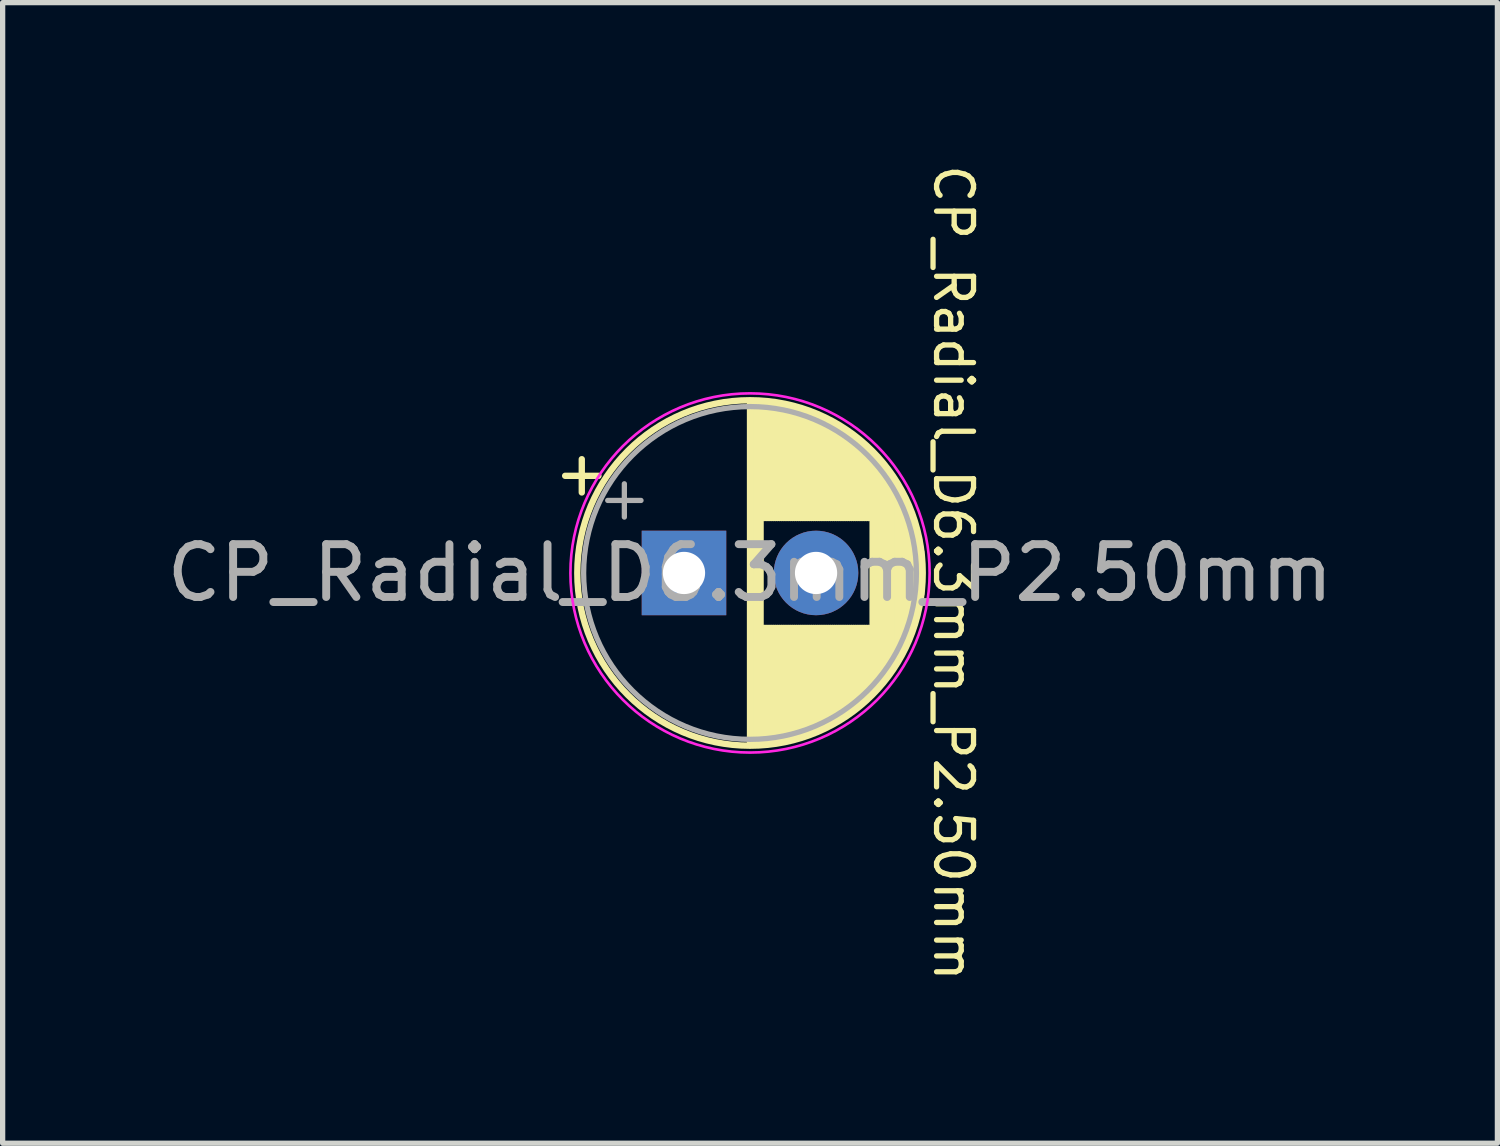
<source format=kicad_pcb>
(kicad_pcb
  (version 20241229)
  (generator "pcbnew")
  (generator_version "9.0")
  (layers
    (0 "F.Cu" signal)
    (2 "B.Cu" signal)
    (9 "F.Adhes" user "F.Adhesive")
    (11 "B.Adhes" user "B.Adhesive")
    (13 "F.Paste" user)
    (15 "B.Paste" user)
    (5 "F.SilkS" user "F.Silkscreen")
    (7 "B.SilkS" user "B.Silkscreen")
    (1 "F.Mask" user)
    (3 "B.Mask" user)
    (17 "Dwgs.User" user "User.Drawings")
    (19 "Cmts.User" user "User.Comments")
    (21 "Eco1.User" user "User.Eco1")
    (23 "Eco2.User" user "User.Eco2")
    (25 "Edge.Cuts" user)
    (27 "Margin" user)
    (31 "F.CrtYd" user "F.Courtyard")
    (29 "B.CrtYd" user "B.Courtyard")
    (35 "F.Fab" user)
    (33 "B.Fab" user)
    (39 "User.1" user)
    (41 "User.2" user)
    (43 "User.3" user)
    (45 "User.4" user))
  (footprint "CP_Radial_D6.3mm_P2.50mm"
    (layer "F.Cu")
    (at 9.899 7.797)
    (property "Reference" "CP_Radial_D6.3mm_P2.50mm" (at 5.1 0 270) (unlocked yes) (layer "F.SilkS") (effects (font (size 0.7 0.7) (thickness 0.1))))
    (attr through_hole)
    (fp_line (start -2.25 -1.839) (end -1.62 -1.839) (stroke (width 0.12) (type solid)) (layer "F.SilkS"))
    (fp_line (start -1.935 -2.154) (end -1.935 -1.524) (stroke (width 0.12) (type solid)) (layer "F.SilkS"))
    (fp_line (start 1.25 -3.23) (end 1.25 3.23) (stroke (width 0.12) (type solid)) (layer "F.SilkS"))
    (fp_line (start 1.29 -3.23) (end 1.29 3.23) (stroke (width 0.12) (type solid)) (layer "F.SilkS"))
    (fp_line (start 1.33 -3.23) (end 1.33 3.23) (stroke (width 0.12) (type solid)) (layer "F.SilkS"))
    (fp_line (start 1.37 -3.228) (end 1.37 3.228) (stroke (width 0.12) (type solid)) (layer "F.SilkS"))
    (fp_line (start 1.41 -3.227) (end 1.41 3.227) (stroke (width 0.12) (type solid)) (layer "F.SilkS"))
    (fp_line (start 1.45 -3.224) (end 1.45 3.224) (stroke (width 0.12) (type solid)) (layer "F.SilkS"))
    (fp_line (start 1.49 -3.222) (end 1.49 -1.04) (stroke (width 0.12) (type solid)) (layer "F.SilkS"))
    (fp_line (start 1.49 1.04) (end 1.49 3.222) (stroke (width 0.12) (type solid)) (layer "F.SilkS"))
    (fp_line (start 1.53 -3.218) (end 1.53 -1.04) (stroke (width 0.12) (type solid)) (layer "F.SilkS"))
    (fp_line (start 1.53 1.04) (end 1.53 3.218) (stroke (width 0.12) (type solid)) (layer "F.SilkS"))
    (fp_line (start 1.57 -3.215) (end 1.57 -1.04) (stroke (width 0.12) (type solid)) (layer "F.SilkS"))
    (fp_line (start 1.57 1.04) (end 1.57 3.215) (stroke (width 0.12) (type solid)) (layer "F.SilkS"))
    (fp_line (start 1.61 -3.211) (end 1.61 -1.04) (stroke (width 0.12) (type solid)) (layer "F.SilkS"))
    (fp_line (start 1.61 1.04) (end 1.61 3.211) (stroke (width 0.12) (type solid)) (layer "F.SilkS"))
    (fp_line (start 1.65 -3.206) (end 1.65 -1.04) (stroke (width 0.12) (type solid)) (layer "F.SilkS"))
    (fp_line (start 1.65 1.04) (end 1.65 3.206) (stroke (width 0.12) (type solid)) (layer "F.SilkS"))
    (fp_line (start 1.69 -3.201) (end 1.69 -1.04) (stroke (width 0.12) (type solid)) (layer "F.SilkS"))
    (fp_line (start 1.69 1.04) (end 1.69 3.201) (stroke (width 0.12) (type solid)) (layer "F.SilkS"))
    (fp_line (start 1.73 -3.195) (end 1.73 -1.04) (stroke (width 0.12) (type solid)) (layer "F.SilkS"))
    (fp_line (start 1.73 1.04) (end 1.73 3.195) (stroke (width 0.12) (type solid)) (layer "F.SilkS"))
    (fp_line (start 1.77 -3.189) (end 1.77 -1.04) (stroke (width 0.12) (type solid)) (layer "F.SilkS"))
    (fp_line (start 1.77 1.04) (end 1.77 3.189) (stroke (width 0.12) (type solid)) (layer "F.SilkS"))
    (fp_line (start 1.81 -3.182) (end 1.81 -1.04) (stroke (width 0.12) (type solid)) (layer "F.SilkS"))
    (fp_line (start 1.81 1.04) (end 1.81 3.182) (stroke (width 0.12) (type solid)) (layer "F.SilkS"))
    (fp_line (start 1.85 -3.175) (end 1.85 -1.04) (stroke (width 0.12) (type solid)) (layer "F.SilkS"))
    (fp_line (start 1.85 1.04) (end 1.85 3.175) (stroke (width 0.12) (type solid)) (layer "F.SilkS"))
    (fp_line (start 1.89 -3.167) (end 1.89 -1.04) (stroke (width 0.12) (type solid)) (layer "F.SilkS"))
    (fp_line (start 1.89 1.04) (end 1.89 3.167) (stroke (width 0.12) (type solid)) (layer "F.SilkS"))
    (fp_line (start 1.93 -3.159) (end 1.93 -1.04) (stroke (width 0.12) (type solid)) (layer "F.SilkS"))
    (fp_line (start 1.93 1.04) (end 1.93 3.159) (stroke (width 0.12) (type solid)) (layer "F.SilkS"))
    (fp_line (start 1.971 -3.15) (end 1.971 -1.04) (stroke (width 0.12) (type solid)) (layer "F.SilkS"))
    (fp_line (start 1.971 1.04) (end 1.971 3.15) (stroke (width 0.12) (type solid)) (layer "F.SilkS"))
    (fp_line (start 2.011 -3.141) (end 2.011 -1.04) (stroke (width 0.12) (type solid)) (layer "F.SilkS"))
    (fp_line (start 2.011 1.04) (end 2.011 3.141) (stroke (width 0.12) (type solid)) (layer "F.SilkS"))
    (fp_line (start 2.051 -3.131) (end 2.051 -1.04) (stroke (width 0.12) (type solid)) (layer "F.SilkS"))
    (fp_line (start 2.051 1.04) (end 2.051 3.131) (stroke (width 0.12) (type solid)) (layer "F.SilkS"))
    (fp_line (start 2.091 -3.121) (end 2.091 -1.04) (stroke (width 0.12) (type solid)) (layer "F.SilkS"))
    (fp_line (start 2.091 1.04) (end 2.091 3.121) (stroke (width 0.12) (type solid)) (layer "F.SilkS"))
    (fp_line (start 2.131 -3.11) (end 2.131 -1.04) (stroke (width 0.12) (type solid)) (layer "F.SilkS"))
    (fp_line (start 2.131 1.04) (end 2.131 3.11) (stroke (width 0.12) (type solid)) (layer "F.SilkS"))
    (fp_line (start 2.171 -3.098) (end 2.171 -1.04) (stroke (width 0.12) (type solid)) (layer "F.SilkS"))
    (fp_line (start 2.171 1.04) (end 2.171 3.098) (stroke (width 0.12) (type solid)) (layer "F.SilkS"))
    (fp_line (start 2.211 -3.086) (end 2.211 -1.04) (stroke (width 0.12) (type solid)) (layer "F.SilkS"))
    (fp_line (start 2.211 1.04) (end 2.211 3.086) (stroke (width 0.12) (type solid)) (layer "F.SilkS"))
    (fp_line (start 2.251 -3.074) (end 2.251 -1.04) (stroke (width 0.12) (type solid)) (layer "F.SilkS"))
    (fp_line (start 2.251 1.04) (end 2.251 3.074) (stroke (width 0.12) (type solid)) (layer "F.SilkS"))
    (fp_line (start 2.291 -3.061) (end 2.291 -1.04) (stroke (width 0.12) (type solid)) (layer "F.SilkS"))
    (fp_line (start 2.291 1.04) (end 2.291 3.061) (stroke (width 0.12) (type solid)) (layer "F.SilkS"))
    (fp_line (start 2.331 -3.047) (end 2.331 -1.04) (stroke (width 0.12) (type solid)) (layer "F.SilkS"))
    (fp_line (start 2.331 1.04) (end 2.331 3.047) (stroke (width 0.12) (type solid)) (layer "F.SilkS"))
    (fp_line (start 2.371 -3.033) (end 2.371 -1.04) (stroke (width 0.12) (type solid)) (layer "F.SilkS"))
    (fp_line (start 2.371 1.04) (end 2.371 3.033) (stroke (width 0.12) (type solid)) (layer "F.SilkS"))
    (fp_line (start 2.411 -3.018) (end 2.411 -1.04) (stroke (width 0.12) (type solid)) (layer "F.SilkS"))
    (fp_line (start 2.411 1.04) (end 2.411 3.018) (stroke (width 0.12) (type solid)) (layer "F.SilkS"))
    (fp_line (start 2.451 -3.002) (end 2.451 -1.04) (stroke (width 0.12) (type solid)) (layer "F.SilkS"))
    (fp_line (start 2.451 1.04) (end 2.451 3.002) (stroke (width 0.12) (type solid)) (layer "F.SilkS"))
    (fp_line (start 2.491 -2.986) (end 2.491 -1.04) (stroke (width 0.12) (type solid)) (layer "F.SilkS"))
    (fp_line (start 2.491 1.04) (end 2.491 2.986) (stroke (width 0.12) (type solid)) (layer "F.SilkS"))
    (fp_line (start 2.531 -2.97) (end 2.531 -1.04) (stroke (width 0.12) (type solid)) (layer "F.SilkS"))
    (fp_line (start 2.531 1.04) (end 2.531 2.97) (stroke (width 0.12) (type solid)) (layer "F.SilkS"))
    (fp_line (start 2.571 -2.952) (end 2.571 -1.04) (stroke (width 0.12) (type solid)) (layer "F.SilkS"))
    (fp_line (start 2.571 1.04) (end 2.571 2.952) (stroke (width 0.12) (type solid)) (layer "F.SilkS"))
    (fp_line (start 2.611 -2.934) (end 2.611 -1.04) (stroke (width 0.12) (type solid)) (layer "F.SilkS"))
    (fp_line (start 2.611 1.04) (end 2.611 2.934) (stroke (width 0.12) (type solid)) (layer "F.SilkS"))
    (fp_line (start 2.651 -2.916) (end 2.651 -1.04) (stroke (width 0.12) (type solid)) (layer "F.SilkS"))
    (fp_line (start 2.651 1.04) (end 2.651 2.916) (stroke (width 0.12) (type solid)) (layer "F.SilkS"))
    (fp_line (start 2.691 -2.896) (end 2.691 -1.04) (stroke (width 0.12) (type solid)) (layer "F.SilkS"))
    (fp_line (start 2.691 1.04) (end 2.691 2.896) (stroke (width 0.12) (type solid)) (layer "F.SilkS"))
    (fp_line (start 2.731 -2.876) (end 2.731 -1.04) (stroke (width 0.12) (type solid)) (layer "F.SilkS"))
    (fp_line (start 2.731 1.04) (end 2.731 2.876) (stroke (width 0.12) (type solid)) (layer "F.SilkS"))
    (fp_line (start 2.771 -2.856) (end 2.771 -1.04) (stroke (width 0.12) (type solid)) (layer "F.SilkS"))
    (fp_line (start 2.771 1.04) (end 2.771 2.856) (stroke (width 0.12) (type solid)) (layer "F.SilkS"))
    (fp_line (start 2.811 -2.834) (end 2.811 -1.04) (stroke (width 0.12) (type solid)) (layer "F.SilkS"))
    (fp_line (start 2.811 1.04) (end 2.811 2.834) (stroke (width 0.12) (type solid)) (layer "F.SilkS"))
    (fp_line (start 2.851 -2.812) (end 2.851 -1.04) (stroke (width 0.12) (type solid)) (layer "F.SilkS"))
    (fp_line (start 2.851 1.04) (end 2.851 2.812) (stroke (width 0.12) (type solid)) (layer "F.SilkS"))
    (fp_line (start 2.891 -2.79) (end 2.891 -1.04) (stroke (width 0.12) (type solid)) (layer "F.SilkS"))
    (fp_line (start 2.891 1.04) (end 2.891 2.79) (stroke (width 0.12) (type solid)) (layer "F.SilkS"))
    (fp_line (start 2.931 -2.766) (end 2.931 -1.04) (stroke (width 0.12) (type solid)) (layer "F.SilkS"))
    (fp_line (start 2.931 1.04) (end 2.931 2.766) (stroke (width 0.12) (type solid)) (layer "F.SilkS"))
    (fp_line (start 2.971 -2.742) (end 2.971 -1.04) (stroke (width 0.12) (type solid)) (layer "F.SilkS"))
    (fp_line (start 2.971 1.04) (end 2.971 2.742) (stroke (width 0.12) (type solid)) (layer "F.SilkS"))
    (fp_line (start 3.011 -2.716) (end 3.011 -1.04) (stroke (width 0.12) (type solid)) (layer "F.SilkS"))
    (fp_line (start 3.011 1.04) (end 3.011 2.716) (stroke (width 0.12) (type solid)) (layer "F.SilkS"))
    (fp_line (start 3.051 -2.69) (end 3.051 -1.04) (stroke (width 0.12) (type solid)) (layer "F.SilkS"))
    (fp_line (start 3.051 1.04) (end 3.051 2.69) (stroke (width 0.12) (type solid)) (layer "F.SilkS"))
    (fp_line (start 3.091 -2.664) (end 3.091 -1.04) (stroke (width 0.12) (type solid)) (layer "F.SilkS"))
    (fp_line (start 3.091 1.04) (end 3.091 2.664) (stroke (width 0.12) (type solid)) (layer "F.SilkS"))
    (fp_line (start 3.131 -2.636) (end 3.131 -1.04) (stroke (width 0.12) (type solid)) (layer "F.SilkS"))
    (fp_line (start 3.131 1.04) (end 3.131 2.636) (stroke (width 0.12) (type solid)) (layer "F.SilkS"))
    (fp_line (start 3.171 -2.607) (end 3.171 -1.04) (stroke (width 0.12) (type solid)) (layer "F.SilkS"))
    (fp_line (start 3.171 1.04) (end 3.171 2.607) (stroke (width 0.12) (type solid)) (layer "F.SilkS"))
    (fp_line (start 3.211 -2.578) (end 3.211 -1.04) (stroke (width 0.12) (type solid)) (layer "F.SilkS"))
    (fp_line (start 3.211 1.04) (end 3.211 2.578) (stroke (width 0.12) (type solid)) (layer "F.SilkS"))
    (fp_line (start 3.251 -2.548) (end 3.251 -1.04) (stroke (width 0.12) (type solid)) (layer "F.SilkS"))
    (fp_line (start 3.251 1.04) (end 3.251 2.548) (stroke (width 0.12) (type solid)) (layer "F.SilkS"))
    (fp_line (start 3.291 -2.516) (end 3.291 -1.04) (stroke (width 0.12) (type solid)) (layer "F.SilkS"))
    (fp_line (start 3.291 1.04) (end 3.291 2.516) (stroke (width 0.12) (type solid)) (layer "F.SilkS"))
    (fp_line (start 3.331 -2.484) (end 3.331 -1.04) (stroke (width 0.12) (type solid)) (layer "F.SilkS"))
    (fp_line (start 3.331 1.04) (end 3.331 2.484) (stroke (width 0.12) (type solid)) (layer "F.SilkS"))
    (fp_line (start 3.371 -2.45) (end 3.371 -1.04) (stroke (width 0.12) (type solid)) (layer "F.SilkS"))
    (fp_line (start 3.371 1.04) (end 3.371 2.45) (stroke (width 0.12) (type solid)) (layer "F.SilkS"))
    (fp_line (start 3.411 -2.416) (end 3.411 -1.04) (stroke (width 0.12) (type solid)) (layer "F.SilkS"))
    (fp_line (start 3.411 1.04) (end 3.411 2.416) (stroke (width 0.12) (type solid)) (layer "F.SilkS"))
    (fp_line (start 3.451 -2.38) (end 3.451 -1.04) (stroke (width 0.12) (type solid)) (layer "F.SilkS"))
    (fp_line (start 3.451 1.04) (end 3.451 2.38) (stroke (width 0.12) (type solid)) (layer "F.SilkS"))
    (fp_line (start 3.491 -2.343) (end 3.491 -1.04) (stroke (width 0.12) (type solid)) (layer "F.SilkS"))
    (fp_line (start 3.491 1.04) (end 3.491 2.343) (stroke (width 0.12) (type solid)) (layer "F.SilkS"))
    (fp_line (start 3.531 -2.305) (end 3.531 -1.04) (stroke (width 0.12) (type solid)) (layer "F.SilkS"))
    (fp_line (start 3.531 1.04) (end 3.531 2.305) (stroke (width 0.12) (type solid)) (layer "F.SilkS"))
    (fp_line (start 3.571 -2.265) (end 3.571 2.265) (stroke (width 0.12) (type solid)) (layer "F.SilkS"))
    (fp_line (start 3.611 -2.224) (end 3.611 2.224) (stroke (width 0.12) (type solid)) (layer "F.SilkS"))
    (fp_line (start 3.651 -2.182) (end 3.651 2.182) (stroke (width 0.12) (type solid)) (layer "F.SilkS"))
    (fp_line (start 3.691 -2.137) (end 3.691 2.137) (stroke (width 0.12) (type solid)) (layer "F.SilkS"))
    (fp_line (start 3.731 -2.092) (end 3.731 2.092) (stroke (width 0.12) (type solid)) (layer "F.SilkS"))
    (fp_line (start 3.771 -2.044) (end 3.771 2.044) (stroke (width 0.12) (type solid)) (layer "F.SilkS"))
    (fp_line (start 3.811 -1.995) (end 3.811 1.995) (stroke (width 0.12) (type solid)) (layer "F.SilkS"))
    (fp_line (start 3.851 -1.944) (end 3.851 1.944) (stroke (width 0.12) (type solid)) (layer "F.SilkS"))
    (fp_line (start 3.891 -1.89) (end 3.891 1.89) (stroke (width 0.12) (type solid)) (layer "F.SilkS"))
    (fp_line (start 3.931 -1.834) (end 3.931 1.834) (stroke (width 0.12) (type solid)) (layer "F.SilkS"))
    (fp_line (start 3.971 -1.776) (end 3.971 1.776) (stroke (width 0.12) (type solid)) (layer "F.SilkS"))
    (fp_line (start 4.011 -1.714) (end 4.011 1.714) (stroke (width 0.12) (type solid)) (layer "F.SilkS"))
    (fp_line (start 4.051 -1.65) (end 4.051 1.65) (stroke (width 0.12) (type solid)) (layer "F.SilkS"))
    (fp_line (start 4.091 -1.581) (end 4.091 1.581) (stroke (width 0.12) (type solid)) (layer "F.SilkS"))
    (fp_line (start 4.131 -1.509) (end 4.131 1.509) (stroke (width 0.12) (type solid)) (layer "F.SilkS"))
    (fp_line (start 4.171 -1.432) (end 4.171 1.432) (stroke (width 0.12) (type solid)) (layer "F.SilkS"))
    (fp_line (start 4.211 -1.35) (end 4.211 1.35) (stroke (width 0.12) (type solid)) (layer "F.SilkS"))
    (fp_line (start 4.251 -1.262) (end 4.251 1.262) (stroke (width 0.12) (type solid)) (layer "F.SilkS"))
    (fp_line (start 4.291 -1.165) (end 4.291 1.165) (stroke (width 0.12) (type solid)) (layer "F.SilkS"))
    (fp_line (start 4.331 -1.059) (end 4.331 1.059) (stroke (width 0.12) (type solid)) (layer "F.SilkS"))
    (fp_line (start 4.371 -0.94) (end 4.371 0.94) (stroke (width 0.12) (type solid)) (layer "F.SilkS"))
    (fp_line (start 4.411 -0.802) (end 4.411 0.802) (stroke (width 0.12) (type solid)) (layer "F.SilkS"))
    (fp_line (start 4.451 -0.633) (end 4.451 0.633) (stroke (width 0.12) (type solid)) (layer "F.SilkS"))
    (fp_line (start 4.491 -0.402) (end 4.491 0.402) (stroke (width 0.12) (type solid)) (layer "F.SilkS"))
    (fp_circle (center 1.25 0) (end 4.52 0) (stroke (width 0.12) (type solid)) (fill no) (layer "F.SilkS"))
    (fp_circle (center 1.25 0) (end 4.65 0) (stroke (width 0.05) (type solid)) (fill no) (layer "F.CrtYd"))
    (fp_line (start -1.444 -1.373) (end -0.814 -1.373) (stroke (width 0.1) (type solid)) (layer "F.Fab"))
    (fp_line (start -1.129 -1.688) (end -1.129 -1.058) (stroke (width 0.1) (type solid)) (layer "F.Fab"))
    (fp_circle (center 1.25 0) (end 4.4 0) (stroke (width 0.1) (type solid)) (fill no) (layer "F.Fab"))
    (fp_text user "${REFERENCE}" (at 1.25 0 0) (unlocked yes) (layer "F.Fab") (effects (font (size 1 1) (thickness 0.15))))
    (pad "1" thru_hole rect (at 0 0) (size 1.6 1.6) (drill 0.8) (layers "*.Cu" "*.Mask"))
    (pad "2" thru_hole circle (at 2.5 0) (size 1.6 1.6) (drill 0.8) (layers "*.Cu" "*.Mask")))
  (gr_rect
    (start -3 -3)
    (end 25.298 18.593)
    (stroke (width 0.1) (type default))
    (fill no)
    (layer "Edge.Cuts")))
</source>
